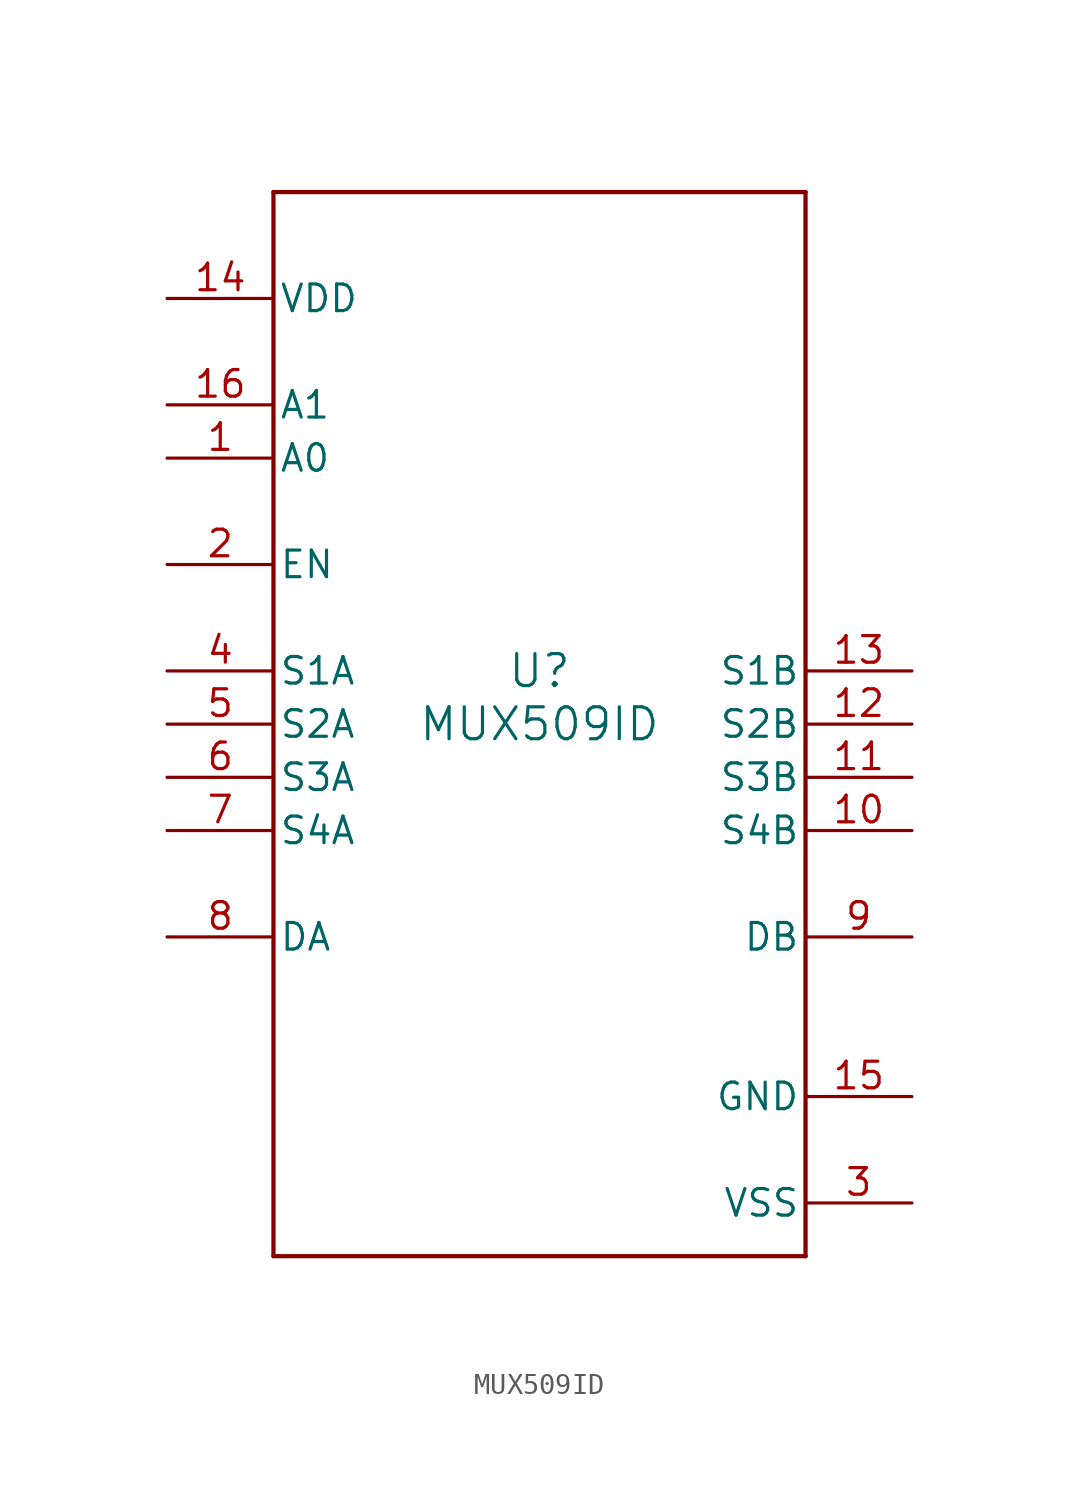
<source format=kicad_sym>
(kicad_symbol_lib
  (version 20211014)
  (generator kicad_symbol_editor)
  (symbol "MUX509ID"
    (pin_names
      (offset 0.254))
    (property "Reference" "U"
      (at 0 2.54 0)
      (effects (font (size 1.524 1.524))))
    (property "Value" "MUX509ID"
      (at 0 0 0)
      (effects (font (size 1.524 1.524))))
    (symbol "MUX509ID_0_1"
      (polyline (pts (xy -12.7 -25.4) (xy 12.7 -25.4)) (stroke (width 0.203) (type default) (color 0 0 0 0)) (fill (type none)))
      (polyline (pts (xy 12.7 -25.4) (xy 12.7 25.4)) (stroke (width 0.203) (type default) (color 0 0 0 0)) (fill (type none)))
      (polyline (pts (xy 12.7 25.4) (xy -12.7 25.4)) (stroke (width 0.203) (type default) (color 0 0 0 0)) (fill (type none)))
      (polyline (pts (xy -12.7 25.4) (xy -12.7 -25.4)) (stroke (width 0.203) (type default) (color 0 0 0 0)) (fill (type none)))
      (pin input line (at -17.78 12.7 0) (length 5.08) (name "A0" (effects (font (size 1.27 1.27)))) (number "1" (effects (font (size 1.27 1.27)))))
      (pin input line (at -17.78 7.62 0) (length 5.08) (name "EN" (effects (font (size 1.27 1.27)))) (number "2" (effects (font (size 1.27 1.27)))))
      (pin power_in line (at 17.78 -22.86 180) (length 5.08) (name "VSS" (effects (font (size 1.27 1.27)))) (number "3" (effects (font (size 1.27 1.27)))))
      (pin bidirectional line (at -17.78 2.54 0) (length 5.08) (name "S1A" (effects (font (size 1.27 1.27)))) (number "4" (effects (font (size 1.27 1.27)))))
      (pin bidirectional line (at -17.78 0 0) (length 5.08) (name "S2A" (effects (font (size 1.27 1.27)))) (number "5" (effects (font (size 1.27 1.27)))))
      (pin bidirectional line (at -17.78 -2.54 0) (length 5.08) (name "S3A" (effects (font (size 1.27 1.27)))) (number "6" (effects (font (size 1.27 1.27)))))
      (pin bidirectional line (at -17.78 -5.08 0) (length 5.08) (name "S4A" (effects (font (size 1.27 1.27)))) (number "7" (effects (font (size 1.27 1.27)))))
      (pin bidirectional line (at -17.78 -10.16 0) (length 5.08) (name "DA" (effects (font (size 1.27 1.27)))) (number "8" (effects (font (size 1.27 1.27)))))
      (pin bidirectional line (at 17.78 -10.16 180) (length 5.08) (name "DB" (effects (font (size 1.27 1.27)))) (number "9" (effects (font (size 1.27 1.27)))))
      (pin bidirectional line (at 17.78 -5.08 180) (length 5.08) (name "S4B" (effects (font (size 1.27 1.27)))) (number "10" (effects (font (size 1.27 1.27)))))
      (pin bidirectional line (at 17.78 -2.54 180) (length 5.08) (name "S3B" (effects (font (size 1.27 1.27)))) (number "11" (effects (font (size 1.27 1.27)))))
      (pin bidirectional line (at 17.78 0 180) (length 5.08) (name "S2B" (effects (font (size 1.27 1.27)))) (number "12" (effects (font (size 1.27 1.27)))))
      (pin bidirectional line (at 17.78 2.54 180) (length 5.08) (name "S1B" (effects (font (size 1.27 1.27)))) (number "13" (effects (font (size 1.27 1.27)))))
      (pin power_in line (at -17.78 20.32 0) (length 5.08) (name "VDD" (effects (font (size 1.27 1.27)))) (number "14" (effects (font (size 1.27 1.27)))))
      (pin power_in line (at 17.78 -17.78 180) (length 5.08) (name "GND" (effects (font (size 1.27 1.27)))) (number "15" (effects (font (size 1.27 1.27)))))
      (pin input line (at -17.78 15.24 0) (length 5.08) (name "A1" (effects (font (size 1.27 1.27)))) (number "16" (effects (font (size 1.27 1.27))))))))
</source>
